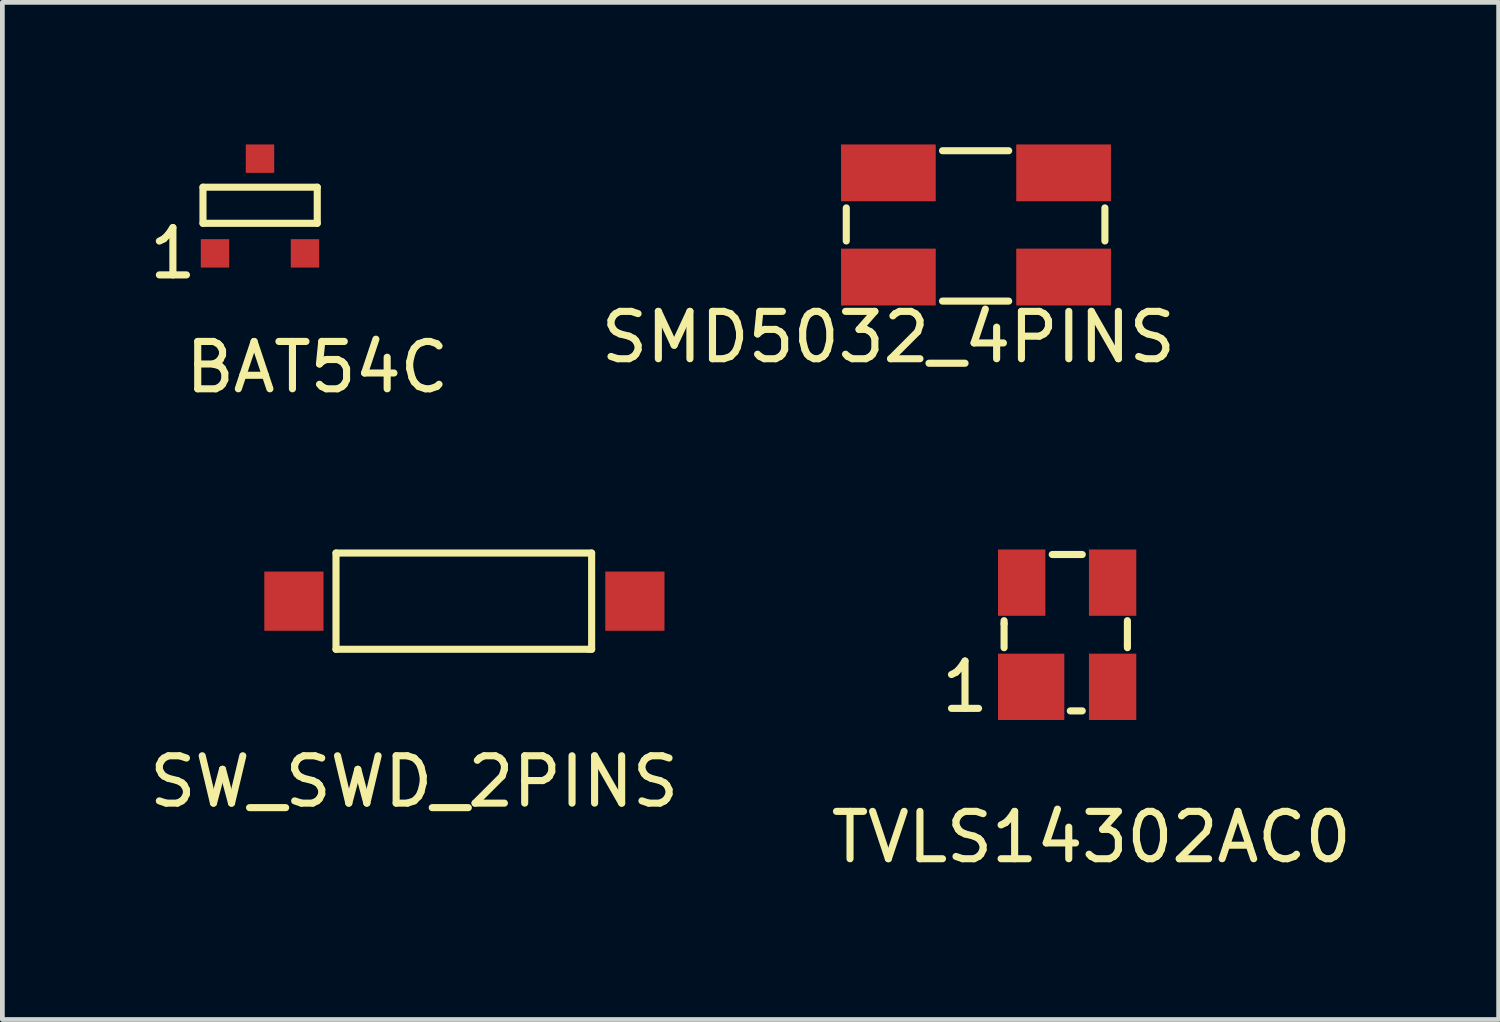
<source format=kicad_pcb>
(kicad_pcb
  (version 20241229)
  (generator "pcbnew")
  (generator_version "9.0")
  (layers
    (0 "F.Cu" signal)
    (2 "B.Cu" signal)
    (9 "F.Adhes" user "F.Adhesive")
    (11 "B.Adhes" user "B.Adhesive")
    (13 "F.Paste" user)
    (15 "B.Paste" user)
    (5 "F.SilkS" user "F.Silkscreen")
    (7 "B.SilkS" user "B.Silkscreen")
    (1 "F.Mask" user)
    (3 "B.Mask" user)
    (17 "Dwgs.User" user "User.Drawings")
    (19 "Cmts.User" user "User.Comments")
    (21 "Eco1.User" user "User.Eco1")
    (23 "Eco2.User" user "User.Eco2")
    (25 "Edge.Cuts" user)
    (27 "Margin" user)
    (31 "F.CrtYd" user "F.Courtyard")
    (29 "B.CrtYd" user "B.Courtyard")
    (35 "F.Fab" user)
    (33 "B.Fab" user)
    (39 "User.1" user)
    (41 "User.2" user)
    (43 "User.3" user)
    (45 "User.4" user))
  (footprint "TVLS14302AC0"
    (layer "F.Cu")
    (at 18.724 11.453)
    (property "Reference" "TVLS14302AC0" (at 1.27 3.175 0) (layer "F.SilkS") (effects (font (size 1 1) (thickness 0.15))))
    (attr through_hole)
    (fp_line (start -0.572 -1.333) (end -0.572 -1.397) (stroke (width 0.15) (type solid)) (layer "F.SilkS"))
    (fp_line (start -0.572 -0.826) (end -0.572 -1.333) (stroke (width 0.15) (type solid)) (layer "F.SilkS"))
    (fp_line (start 0.508 -2.794) (end 0.445 -2.794) (stroke (width 0.15) (type solid)) (layer "F.SilkS"))
    (fp_line (start 0.508 -2.794) (end 1.016 -2.794) (stroke (width 0.15) (type solid)) (layer "F.SilkS"))
    (fp_line (start 1.016 -2.794) (end 1.079 -2.794) (stroke (width 0.15) (type solid)) (layer "F.SilkS"))
    (fp_line (start 1.079 0.508) (end 0.826 0.508) (stroke (width 0.15) (type solid)) (layer "F.SilkS"))
    (fp_line (start 2.032 -1.397) (end 2.032 -0.889) (stroke (width 0.15) (type solid)) (layer "F.SilkS"))
    (fp_line (start 2.032 -0.889) (end 2.032 -0.826) (stroke (width 0.15) (type solid)) (layer "F.SilkS"))
    (fp_text user "1" (at -1.397 0 0) (layer "F.SilkS") (effects (font (size 1 1) (thickness 0.15))))
    (pad "1" smd rect (at 0 0) (size 1.4 1.4) (layers "F.Cu" "F.Mask" "F.Paste"))
    (pad "2" smd rect (at 1.72 0) (size 1 1.4) (layers "F.Cu" "F.Mask" "F.Paste"))
    (pad "3" smd rect (at 1.72 -2.2) (size 1 1.4) (layers "F.Cu" "F.Mask" "F.Paste"))
    (pad "4" smd rect (at -0.2 -2.2) (size 1 1.4) (layers "F.Cu" "F.Mask" "F.Paste")))
  (footprint "SW_SWD_2PINS"
    (layer "F.Cu")
    (at 3.156 9.644)
    (property "Reference" "SW_SWD_2PINS" (at 2.54 3.81 0) (layer "F.SilkS") (effects (font (size 1 1) (thickness 0.15))))
    (attr through_hole)
    (fp_line (start 0.889 1.016) (end 0.889 -1.016) (stroke (width 0.15) (type solid)) (layer "F.SilkS"))
    (fp_line (start 0.889 1.016) (end 6.223 1.016) (stroke (width 0.15) (type solid)) (layer "F.SilkS"))
    (fp_line (start 6.223 1.016) (end 6.287 1.016) (stroke (width 0.15) (type solid)) (layer "F.SilkS"))
    (fp_line (start 6.287 -1.016) (end 0.889 -1.016) (stroke (width 0.15) (type solid)) (layer "F.SilkS"))
    (fp_line (start 6.287 -1.016) (end 6.287 1.016) (stroke (width 0.15) (type solid)) (layer "F.SilkS"))
    (pad "1" smd rect (at 0 0) (size 1.25 1.25) (layers "F.Cu" "F.Mask" "F.Paste"))
    (pad "2" smd rect (at 7.2 0) (size 1.25 1.25) (layers "F.Cu" "F.Mask" "F.Paste")))
  (footprint "BAT54C"
    (layer "F.Cu")
    (at 1.49 2.3)
    (property "Reference" "BAT54C" (at 2.159 2.405 0) (layer "F.SilkS") (effects (font (size 1 1) (thickness 0.15))))
    (attr through_hole)
    (fp_line (start -0.254 -1.397) (end -0.254 -0.635) (stroke (width 0.15) (type solid)) (layer "F.SilkS"))
    (fp_line (start -0.254 -0.635) (end 2.159 -0.635) (stroke (width 0.15) (type solid)) (layer "F.SilkS"))
    (fp_line (start 2.159 -1.397) (end -0.254 -1.397) (stroke (width 0.15) (type solid)) (layer "F.SilkS"))
    (fp_line (start 2.159 -0.635) (end 2.159 -1.397) (stroke (width 0.15) (type solid)) (layer "F.SilkS"))
    (fp_text user "1" (at -0.889 0 0) (layer "F.SilkS") (effects (font (size 1 1) (thickness 0.15))))
    (pad "1" smd rect (at 0 0) (size 0.6 0.6) (layers "F.Cu" "F.Mask" "F.Paste"))
    (pad "2" smd rect (at 1.9 0) (size 0.6 0.6) (layers "F.Cu" "F.Mask" "F.Paste"))
    (pad "3" smd rect (at 0.95 -2) (size 0.6 0.6) (layers "F.Cu" "F.Mask" "F.Paste")))
  (footprint "SMD5032_4PINS"
    (layer "F.Cu")
    (at 15.709 2.8)
    (property "Reference" "SMD5032_4PINS" (at 0 1.27 0) (layer "F.SilkS") (effects (font (size 1 1) (thickness 0.15))))
    (attr through_hole)
    (fp_line (start -0.889 -1.46) (end -0.889 -0.762) (stroke (width 0.15) (type solid)) (layer "F.SilkS"))
    (fp_line (start 1.143 -2.667) (end 2.54 -2.667) (stroke (width 0.15) (type solid)) (layer "F.SilkS"))
    (fp_line (start 1.143 0.508) (end 2.54 0.508) (stroke (width 0.15) (type solid)) (layer "F.SilkS"))
    (fp_line (start 4.572 -0.762) (end 4.572 -1.46) (stroke (width 0.15) (type solid)) (layer "F.SilkS"))
    (pad "1" smd rect (at 0 0) (size 2 1.2) (layers "F.Cu" "F.Mask" "F.Paste"))
    (pad "2" smd rect (at 3.7 0) (size 2 1.2) (layers "F.Cu" "F.Mask" "F.Paste"))
    (pad "3" smd rect (at 3.7 -2.2) (size 2 1.2) (layers "F.Cu" "F.Mask" "F.Paste"))
    (pad "4" smd rect (at 0 -2.2) (size 2 1.2) (layers "F.Cu" "F.Mask" "F.Paste")))
  (gr_rect
    (start -3 -3)
    (end 28.595 18.477)
    (stroke (width 0.1) (type default))
    (fill no)
    (layer "Edge.Cuts")))
</source>
